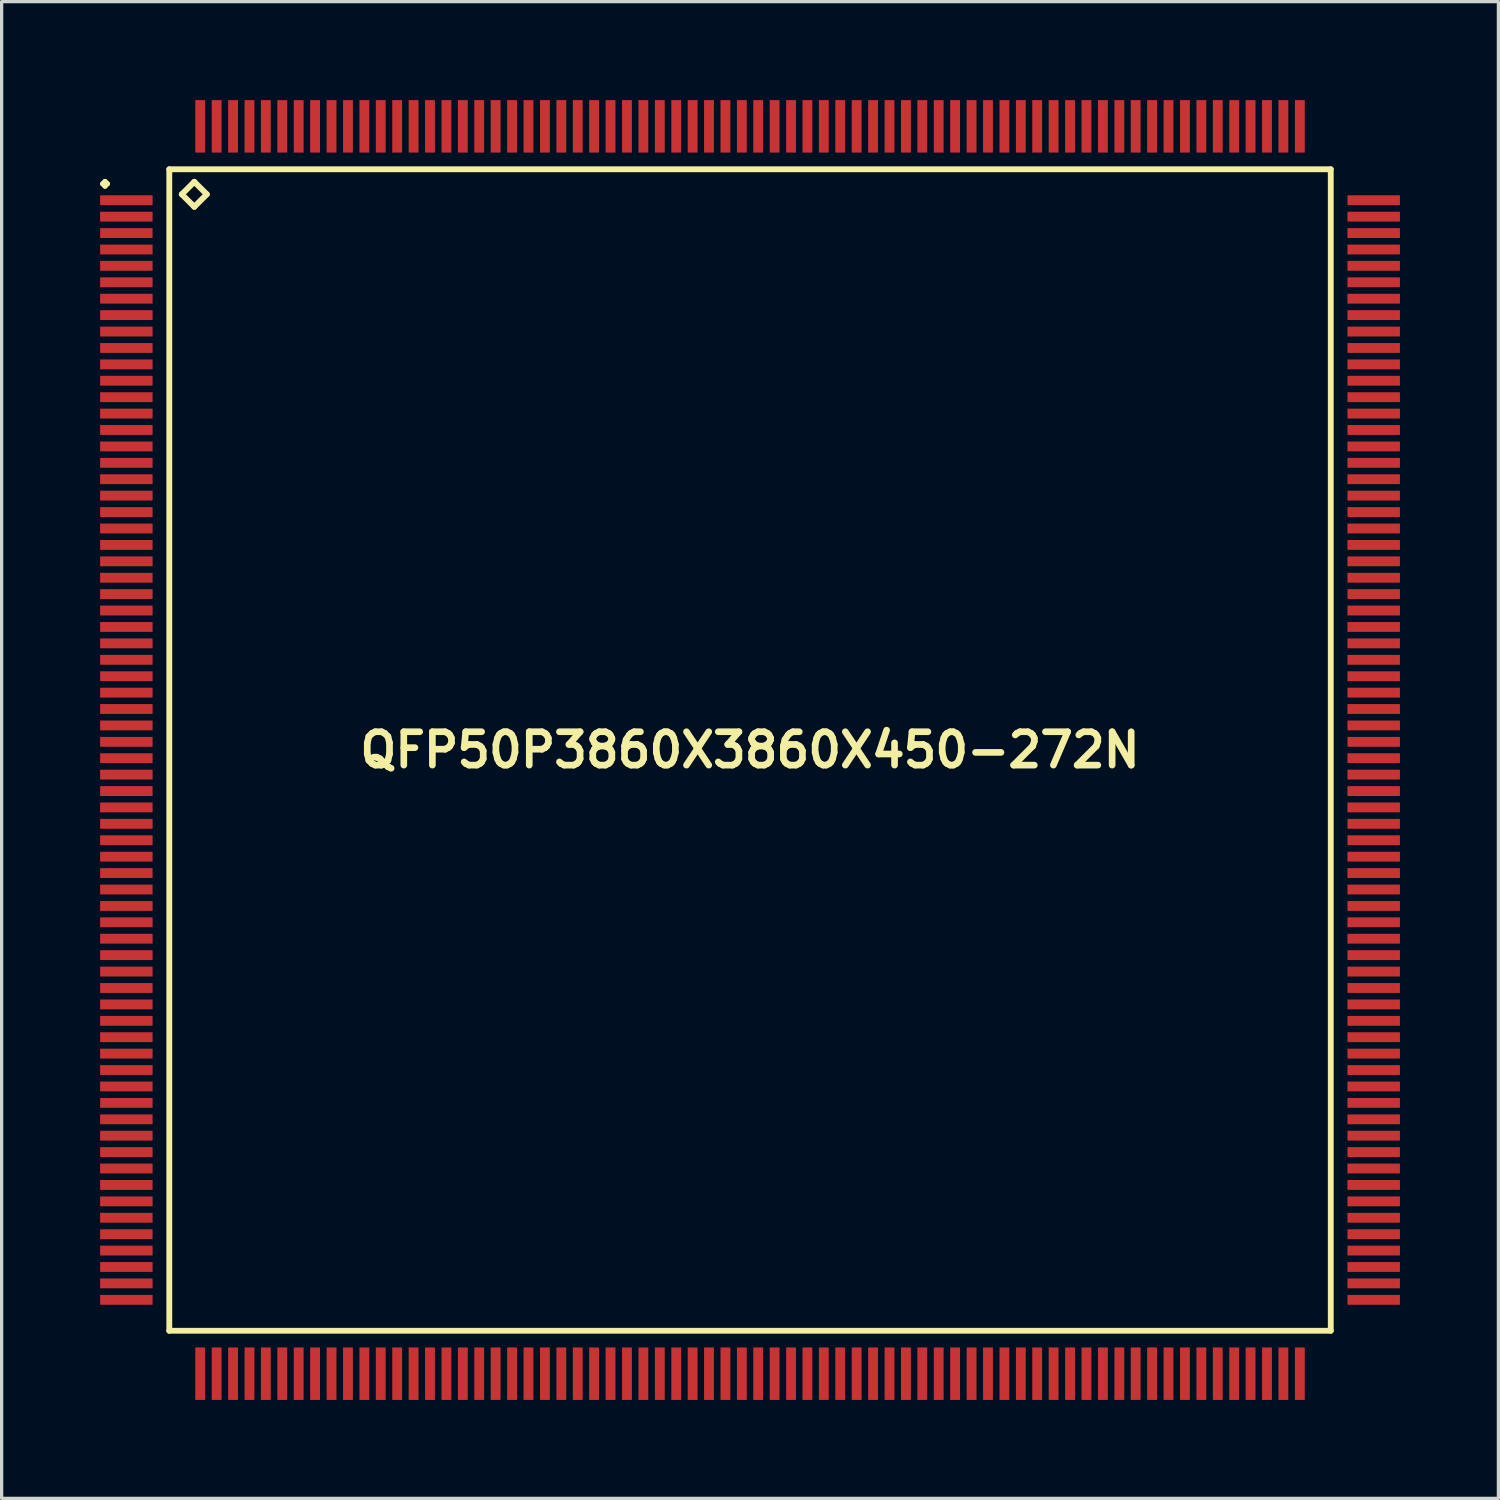
<source format=kicad_pcb>
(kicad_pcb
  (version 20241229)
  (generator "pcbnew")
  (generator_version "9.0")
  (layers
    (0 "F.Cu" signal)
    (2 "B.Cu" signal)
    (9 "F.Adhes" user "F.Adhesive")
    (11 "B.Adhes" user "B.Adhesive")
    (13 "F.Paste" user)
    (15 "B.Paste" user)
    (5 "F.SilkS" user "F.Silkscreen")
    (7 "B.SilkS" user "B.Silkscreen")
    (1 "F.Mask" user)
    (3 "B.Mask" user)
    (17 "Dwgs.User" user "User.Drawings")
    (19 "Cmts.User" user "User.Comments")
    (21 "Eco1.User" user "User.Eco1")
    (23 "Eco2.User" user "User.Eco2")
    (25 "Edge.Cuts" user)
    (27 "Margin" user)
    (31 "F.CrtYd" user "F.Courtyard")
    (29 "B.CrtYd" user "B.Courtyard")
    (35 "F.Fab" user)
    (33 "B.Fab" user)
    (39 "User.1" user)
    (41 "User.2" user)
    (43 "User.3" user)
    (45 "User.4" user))
  (footprint "QFP50P3860X3860X450-272N"
    (layer "F.Cu")
    (at 19.798 19.798)
    (property "Reference" "QFP50P3860X3860X450-272N" (at 0 0 0) (layer "F.SilkS") (effects (font (size 1.016 1.016) (thickness 0.203))))
    (attr smd)
    (fp_line (start -19.723 -17.249) (end -19.649 -17.323) (stroke (width 0.15) (type solid)) (layer "F.SilkS"))
    (fp_line (start -19.649 -17.323) (end -19.573 -17.249) (stroke (width 0.15) (type solid)) (layer "F.SilkS"))
    (fp_line (start -19.649 -17.173) (end -19.723 -17.249) (stroke (width 0.15) (type solid)) (layer "F.SilkS"))
    (fp_line (start -19.573 -17.249) (end -19.649 -17.173) (stroke (width 0.15) (type solid)) (layer "F.SilkS"))
    (fp_line (start -17.691 -17.691) (end -17.691 17.691) (stroke (width 0.178) (type solid)) (layer "F.SilkS"))
    (fp_line (start -17.691 17.691) (end 17.691 17.691) (stroke (width 0.178) (type solid)) (layer "F.SilkS"))
    (fp_line (start -17.31 -16.929) (end -16.929 -17.31) (stroke (width 0.178) (type solid)) (layer "F.SilkS"))
    (fp_line (start -16.929 -17.31) (end -16.548 -16.929) (stroke (width 0.178) (type solid)) (layer "F.SilkS"))
    (fp_line (start -16.929 -16.548) (end -17.31 -16.929) (stroke (width 0.178) (type solid)) (layer "F.SilkS"))
    (fp_line (start -16.548 -16.929) (end -16.929 -16.548) (stroke (width 0.178) (type solid)) (layer "F.SilkS"))
    (fp_line (start 17.691 -17.691) (end -17.691 -17.691) (stroke (width 0.178) (type solid)) (layer "F.SilkS"))
    (fp_line (start 17.691 17.691) (end 17.691 -17.691) (stroke (width 0.178) (type solid)) (layer "F.SilkS"))
    (pad "1" smd rect (at -18.999 -16.749) (size 1.598 0.3) (layers "F.Cu" "F.Mask" "F.Paste"))
    (pad "2" smd rect (at -18.999 -16.248) (size 1.598 0.3) (layers "F.Cu" "F.Mask" "F.Paste"))
    (pad "3" smd rect (at -18.999 -15.748) (size 1.598 0.3) (layers "F.Cu" "F.Mask" "F.Paste"))
    (pad "4" smd rect (at -18.999 -15.248) (size 1.598 0.3) (layers "F.Cu" "F.Mask" "F.Paste"))
    (pad "5" smd rect (at -18.999 -14.75) (size 1.598 0.3) (layers "F.Cu" "F.Mask" "F.Paste"))
    (pad "6" smd rect (at -18.999 -14.249) (size 1.598 0.3) (layers "F.Cu" "F.Mask" "F.Paste"))
    (pad "7" smd rect (at -18.999 -13.749) (size 1.598 0.3) (layers "F.Cu" "F.Mask" "F.Paste"))
    (pad "8" smd rect (at -18.999 -13.249) (size 1.598 0.3) (layers "F.Cu" "F.Mask" "F.Paste"))
    (pad "9" smd rect (at -18.999 -12.748) (size 1.598 0.3) (layers "F.Cu" "F.Mask" "F.Paste"))
    (pad "10" smd rect (at -18.999 -12.248) (size 1.598 0.3) (layers "F.Cu" "F.Mask" "F.Paste"))
    (pad "11" smd rect (at -18.999 -11.748) (size 1.598 0.3) (layers "F.Cu" "F.Mask" "F.Paste"))
    (pad "12" smd rect (at -18.999 -11.25) (size 1.598 0.3) (layers "F.Cu" "F.Mask" "F.Paste"))
    (pad "13" smd rect (at -18.999 -10.749) (size 1.598 0.3) (layers "F.Cu" "F.Mask" "F.Paste"))
    (pad "14" smd rect (at -18.999 -10.249) (size 1.598 0.3) (layers "F.Cu" "F.Mask" "F.Paste"))
    (pad "15" smd rect (at -18.999 -9.749) (size 1.598 0.3) (layers "F.Cu" "F.Mask" "F.Paste"))
    (pad "16" smd rect (at -18.999 -9.248) (size 1.598 0.3) (layers "F.Cu" "F.Mask" "F.Paste"))
    (pad "17" smd rect (at -18.999 -8.748) (size 1.598 0.3) (layers "F.Cu" "F.Mask" "F.Paste"))
    (pad "18" smd rect (at -18.999 -8.25) (size 1.598 0.3) (layers "F.Cu" "F.Mask" "F.Paste"))
    (pad "19" smd rect (at -18.999 -7.75) (size 1.598 0.3) (layers "F.Cu" "F.Mask" "F.Paste"))
    (pad "20" smd rect (at -18.999 -7.249) (size 1.598 0.3) (layers "F.Cu" "F.Mask" "F.Paste"))
    (pad "21" smd rect (at -18.999 -6.749) (size 1.598 0.3) (layers "F.Cu" "F.Mask" "F.Paste"))
    (pad "22" smd rect (at -18.999 -6.248) (size 1.598 0.3) (layers "F.Cu" "F.Mask" "F.Paste"))
    (pad "23" smd rect (at -18.999 -5.748) (size 1.598 0.3) (layers "F.Cu" "F.Mask" "F.Paste"))
    (pad "24" smd rect (at -18.999 -5.248) (size 1.598 0.3) (layers "F.Cu" "F.Mask" "F.Paste"))
    (pad "25" smd rect (at -18.999 -4.75) (size 1.598 0.3) (layers "F.Cu" "F.Mask" "F.Paste"))
    (pad "26" smd rect (at -18.999 -4.249) (size 1.598 0.3) (layers "F.Cu" "F.Mask" "F.Paste"))
    (pad "27" smd rect (at -18.999 -3.749) (size 1.598 0.3) (layers "F.Cu" "F.Mask" "F.Paste"))
    (pad "28" smd rect (at -18.999 -3.249) (size 1.598 0.3) (layers "F.Cu" "F.Mask" "F.Paste"))
    (pad "29" smd rect (at -18.999 -2.748) (size 1.598 0.3) (layers "F.Cu" "F.Mask" "F.Paste"))
    (pad "30" smd rect (at -18.999 -2.248) (size 1.598 0.3) (layers "F.Cu" "F.Mask" "F.Paste"))
    (pad "31" smd rect (at -18.999 -1.748) (size 1.598 0.3) (layers "F.Cu" "F.Mask" "F.Paste"))
    (pad "32" smd rect (at -18.999 -1.25) (size 1.598 0.3) (layers "F.Cu" "F.Mask" "F.Paste"))
    (pad "33" smd rect (at -18.999 -0.749) (size 1.598 0.3) (layers "F.Cu" "F.Mask" "F.Paste"))
    (pad "34" smd rect (at -18.999 -0.249) (size 1.598 0.3) (layers "F.Cu" "F.Mask" "F.Paste"))
    (pad "35" smd rect (at -18.999 0.249) (size 1.598 0.3) (layers "F.Cu" "F.Mask" "F.Paste"))
    (pad "36" smd rect (at -18.999 0.749) (size 1.598 0.3) (layers "F.Cu" "F.Mask" "F.Paste"))
    (pad "37" smd rect (at -18.999 1.25) (size 1.598 0.3) (layers "F.Cu" "F.Mask" "F.Paste"))
    (pad "38" smd rect (at -18.999 1.748) (size 1.598 0.3) (layers "F.Cu" "F.Mask" "F.Paste"))
    (pad "39" smd rect (at -18.999 2.248) (size 1.598 0.3) (layers "F.Cu" "F.Mask" "F.Paste"))
    (pad "40" smd rect (at -18.999 2.748) (size 1.598 0.3) (layers "F.Cu" "F.Mask" "F.Paste"))
    (pad "41" smd rect (at -18.999 3.249) (size 1.598 0.3) (layers "F.Cu" "F.Mask" "F.Paste"))
    (pad "42" smd rect (at -18.999 3.749) (size 1.598 0.3) (layers "F.Cu" "F.Mask" "F.Paste"))
    (pad "43" smd rect (at -18.999 4.249) (size 1.598 0.3) (layers "F.Cu" "F.Mask" "F.Paste"))
    (pad "44" smd rect (at -18.999 4.75) (size 1.598 0.3) (layers "F.Cu" "F.Mask" "F.Paste"))
    (pad "45" smd rect (at -18.999 5.248) (size 1.598 0.3) (layers "F.Cu" "F.Mask" "F.Paste"))
    (pad "46" smd rect (at -18.999 5.748) (size 1.598 0.3) (layers "F.Cu" "F.Mask" "F.Paste"))
    (pad "47" smd rect (at -18.999 6.248) (size 1.598 0.3) (layers "F.Cu" "F.Mask" "F.Paste"))
    (pad "48" smd rect (at -18.999 6.749) (size 1.598 0.3) (layers "F.Cu" "F.Mask" "F.Paste"))
    (pad "49" smd rect (at -18.999 7.249) (size 1.598 0.3) (layers "F.Cu" "F.Mask" "F.Paste"))
    (pad "50" smd rect (at -18.999 7.75) (size 1.598 0.3) (layers "F.Cu" "F.Mask" "F.Paste"))
    (pad "51" smd rect (at -18.999 8.25) (size 1.598 0.3) (layers "F.Cu" "F.Mask" "F.Paste"))
    (pad "52" smd rect (at -18.999 8.748) (size 1.598 0.3) (layers "F.Cu" "F.Mask" "F.Paste"))
    (pad "53" smd rect (at -18.999 9.248) (size 1.598 0.3) (layers "F.Cu" "F.Mask" "F.Paste"))
    (pad "54" smd rect (at -18.999 9.749) (size 1.598 0.3) (layers "F.Cu" "F.Mask" "F.Paste"))
    (pad "55" smd rect (at -18.999 10.249) (size 1.598 0.3) (layers "F.Cu" "F.Mask" "F.Paste"))
    (pad "56" smd rect (at -18.999 10.749) (size 1.598 0.3) (layers "F.Cu" "F.Mask" "F.Paste"))
    (pad "57" smd rect (at -18.999 11.25) (size 1.598 0.3) (layers "F.Cu" "F.Mask" "F.Paste"))
    (pad "58" smd rect (at -18.999 11.748) (size 1.598 0.3) (layers "F.Cu" "F.Mask" "F.Paste"))
    (pad "59" smd rect (at -18.999 12.248) (size 1.598 0.3) (layers "F.Cu" "F.Mask" "F.Paste"))
    (pad "60" smd rect (at -18.999 12.748) (size 1.598 0.3) (layers "F.Cu" "F.Mask" "F.Paste"))
    (pad "61" smd rect (at -18.999 13.249) (size 1.598 0.3) (layers "F.Cu" "F.Mask" "F.Paste"))
    (pad "62" smd rect (at -18.999 13.749) (size 1.598 0.3) (layers "F.Cu" "F.Mask" "F.Paste"))
    (pad "63" smd rect (at -18.999 14.249) (size 1.598 0.3) (layers "F.Cu" "F.Mask" "F.Paste"))
    (pad "64" smd rect (at -18.999 14.75) (size 1.598 0.3) (layers "F.Cu" "F.Mask" "F.Paste"))
    (pad "65" smd rect (at -18.999 15.248) (size 1.598 0.3) (layers "F.Cu" "F.Mask" "F.Paste"))
    (pad "66" smd rect (at -18.999 15.748) (size 1.598 0.3) (layers "F.Cu" "F.Mask" "F.Paste"))
    (pad "67" smd rect (at -18.999 16.248) (size 1.598 0.3) (layers "F.Cu" "F.Mask" "F.Paste"))
    (pad "68" smd rect (at -18.999 16.749) (size 1.598 0.3) (layers "F.Cu" "F.Mask" "F.Paste"))
    (pad "69" smd rect (at -16.749 18.999) (size 0.3 1.598) (layers "F.Cu" "F.Mask" "F.Paste"))
    (pad "70" smd rect (at -16.248 18.999) (size 0.3 1.598) (layers "F.Cu" "F.Mask" "F.Paste"))
    (pad "71" smd rect (at -15.748 18.999) (size 0.3 1.598) (layers "F.Cu" "F.Mask" "F.Paste"))
    (pad "72" smd rect (at -15.248 18.999) (size 0.3 1.598) (layers "F.Cu" "F.Mask" "F.Paste"))
    (pad "73" smd rect (at -14.75 18.999) (size 0.3 1.598) (layers "F.Cu" "F.Mask" "F.Paste"))
    (pad "74" smd rect (at -14.249 18.999) (size 0.3 1.598) (layers "F.Cu" "F.Mask" "F.Paste"))
    (pad "75" smd rect (at -13.749 18.999) (size 0.3 1.598) (layers "F.Cu" "F.Mask" "F.Paste"))
    (pad "76" smd rect (at -13.249 18.999) (size 0.3 1.598) (layers "F.Cu" "F.Mask" "F.Paste"))
    (pad "77" smd rect (at -12.748 18.999) (size 0.3 1.598) (layers "F.Cu" "F.Mask" "F.Paste"))
    (pad "78" smd rect (at -12.248 18.999) (size 0.3 1.598) (layers "F.Cu" "F.Mask" "F.Paste"))
    (pad "79" smd rect (at -11.748 18.999) (size 0.3 1.598) (layers "F.Cu" "F.Mask" "F.Paste"))
    (pad "80" smd rect (at -11.25 18.999) (size 0.3 1.598) (layers "F.Cu" "F.Mask" "F.Paste"))
    (pad "81" smd rect (at -10.749 18.999) (size 0.3 1.598) (layers "F.Cu" "F.Mask" "F.Paste"))
    (pad "82" smd rect (at -10.249 18.999) (size 0.3 1.598) (layers "F.Cu" "F.Mask" "F.Paste"))
    (pad "83" smd rect (at -9.749 18.999) (size 0.3 1.598) (layers "F.Cu" "F.Mask" "F.Paste"))
    (pad "84" smd rect (at -9.248 18.999) (size 0.3 1.598) (layers "F.Cu" "F.Mask" "F.Paste"))
    (pad "85" smd rect (at -8.748 18.999) (size 0.3 1.598) (layers "F.Cu" "F.Mask" "F.Paste"))
    (pad "86" smd rect (at -8.25 18.999) (size 0.3 1.598) (layers "F.Cu" "F.Mask" "F.Paste"))
    (pad "87" smd rect (at -7.75 18.999) (size 0.3 1.598) (layers "F.Cu" "F.Mask" "F.Paste"))
    (pad "88" smd rect (at -7.249 18.999) (size 0.3 1.598) (layers "F.Cu" "F.Mask" "F.Paste"))
    (pad "89" smd rect (at -6.749 18.999) (size 0.3 1.598) (layers "F.Cu" "F.Mask" "F.Paste"))
    (pad "90" smd rect (at -6.248 18.999) (size 0.3 1.598) (layers "F.Cu" "F.Mask" "F.Paste"))
    (pad "91" smd rect (at -5.748 18.999) (size 0.3 1.598) (layers "F.Cu" "F.Mask" "F.Paste"))
    (pad "92" smd rect (at -5.248 18.999) (size 0.3 1.598) (layers "F.Cu" "F.Mask" "F.Paste"))
    (pad "93" smd rect (at -4.75 18.999) (size 0.3 1.598) (layers "F.Cu" "F.Mask" "F.Paste"))
    (pad "94" smd rect (at -4.249 18.999) (size 0.3 1.598) (layers "F.Cu" "F.Mask" "F.Paste"))
    (pad "95" smd rect (at -3.749 18.999) (size 0.3 1.598) (layers "F.Cu" "F.Mask" "F.Paste"))
    (pad "96" smd rect (at -3.249 18.999) (size 0.3 1.598) (layers "F.Cu" "F.Mask" "F.Paste"))
    (pad "97" smd rect (at -2.748 18.999) (size 0.3 1.598) (layers "F.Cu" "F.Mask" "F.Paste"))
    (pad "98" smd rect (at -2.248 18.999) (size 0.3 1.598) (layers "F.Cu" "F.Mask" "F.Paste"))
    (pad "99" smd rect (at -1.748 18.999) (size 0.3 1.598) (layers "F.Cu" "F.Mask" "F.Paste"))
    (pad "100" smd rect (at -1.25 18.999) (size 0.3 1.598) (layers "F.Cu" "F.Mask" "F.Paste"))
    (pad "101" smd rect (at -0.749 18.999) (size 0.3 1.598) (layers "F.Cu" "F.Mask" "F.Paste"))
    (pad "102" smd rect (at -0.249 18.999) (size 0.3 1.598) (layers "F.Cu" "F.Mask" "F.Paste"))
    (pad "103" smd rect (at 0.249 18.999) (size 0.3 1.598) (layers "F.Cu" "F.Mask" "F.Paste"))
    (pad "104" smd rect (at 0.749 18.999) (size 0.3 1.598) (layers "F.Cu" "F.Mask" "F.Paste"))
    (pad "105" smd rect (at 1.25 18.999) (size 0.3 1.598) (layers "F.Cu" "F.Mask" "F.Paste"))
    (pad "106" smd rect (at 1.748 18.999) (size 0.3 1.598) (layers "F.Cu" "F.Mask" "F.Paste"))
    (pad "107" smd rect (at 2.248 18.999) (size 0.3 1.598) (layers "F.Cu" "F.Mask" "F.Paste"))
    (pad "108" smd rect (at 2.748 18.999) (size 0.3 1.598) (layers "F.Cu" "F.Mask" "F.Paste"))
    (pad "109" smd rect (at 3.249 18.999) (size 0.3 1.598) (layers "F.Cu" "F.Mask" "F.Paste"))
    (pad "110" smd rect (at 3.749 18.999) (size 0.3 1.598) (layers "F.Cu" "F.Mask" "F.Paste"))
    (pad "111" smd rect (at 4.249 18.999) (size 0.3 1.598) (layers "F.Cu" "F.Mask" "F.Paste"))
    (pad "112" smd rect (at 4.75 18.999) (size 0.3 1.598) (layers "F.Cu" "F.Mask" "F.Paste"))
    (pad "113" smd rect (at 5.248 18.999) (size 0.3 1.598) (layers "F.Cu" "F.Mask" "F.Paste"))
    (pad "114" smd rect (at 5.748 18.999) (size 0.3 1.598) (layers "F.Cu" "F.Mask" "F.Paste"))
    (pad "115" smd rect (at 6.248 18.999) (size 0.3 1.598) (layers "F.Cu" "F.Mask" "F.Paste"))
    (pad "116" smd rect (at 6.749 18.999) (size 0.3 1.598) (layers "F.Cu" "F.Mask" "F.Paste"))
    (pad "117" smd rect (at 7.249 18.999) (size 0.3 1.598) (layers "F.Cu" "F.Mask" "F.Paste"))
    (pad "118" smd rect (at 7.75 18.999) (size 0.3 1.598) (layers "F.Cu" "F.Mask" "F.Paste"))
    (pad "119" smd rect (at 8.25 18.999) (size 0.3 1.598) (layers "F.Cu" "F.Mask" "F.Paste"))
    (pad "120" smd rect (at 8.748 18.999) (size 0.3 1.598) (layers "F.Cu" "F.Mask" "F.Paste"))
    (pad "121" smd rect (at 9.248 18.999) (size 0.3 1.598) (layers "F.Cu" "F.Mask" "F.Paste"))
    (pad "122" smd rect (at 9.749 18.999) (size 0.3 1.598) (layers "F.Cu" "F.Mask" "F.Paste"))
    (pad "123" smd rect (at 10.249 18.999) (size 0.3 1.598) (layers "F.Cu" "F.Mask" "F.Paste"))
    (pad "124" smd rect (at 10.749 18.999) (size 0.3 1.598) (layers "F.Cu" "F.Mask" "F.Paste"))
    (pad "125" smd rect (at 11.25 18.999) (size 0.3 1.598) (layers "F.Cu" "F.Mask" "F.Paste"))
    (pad "126" smd rect (at 11.748 18.999) (size 0.3 1.598) (layers "F.Cu" "F.Mask" "F.Paste"))
    (pad "127" smd rect (at 12.248 18.999) (size 0.3 1.598) (layers "F.Cu" "F.Mask" "F.Paste"))
    (pad "128" smd rect (at 12.748 18.999) (size 0.3 1.598) (layers "F.Cu" "F.Mask" "F.Paste"))
    (pad "129" smd rect (at 13.249 18.999) (size 0.3 1.598) (layers "F.Cu" "F.Mask" "F.Paste"))
    (pad "130" smd rect (at 13.749 18.999) (size 0.3 1.598) (layers "F.Cu" "F.Mask" "F.Paste"))
    (pad "131" smd rect (at 14.249 18.999) (size 0.3 1.598) (layers "F.Cu" "F.Mask" "F.Paste"))
    (pad "132" smd rect (at 14.75 18.999) (size 0.3 1.598) (layers "F.Cu" "F.Mask" "F.Paste"))
    (pad "133" smd rect (at 15.248 18.999) (size 0.3 1.598) (layers "F.Cu" "F.Mask" "F.Paste"))
    (pad "134" smd rect (at 15.748 18.999) (size 0.3 1.598) (layers "F.Cu" "F.Mask" "F.Paste"))
    (pad "135" smd rect (at 16.248 18.999) (size 0.3 1.598) (layers "F.Cu" "F.Mask" "F.Paste"))
    (pad "136" smd rect (at 16.749 18.999) (size 0.3 1.598) (layers "F.Cu" "F.Mask" "F.Paste"))
    (pad "137" smd rect (at 18.999 16.749) (size 1.598 0.3) (layers "F.Cu" "F.Mask" "F.Paste"))
    (pad "138" smd rect (at 18.999 16.248) (size 1.598 0.3) (layers "F.Cu" "F.Mask" "F.Paste"))
    (pad "139" smd rect (at 18.999 15.748) (size 1.598 0.3) (layers "F.Cu" "F.Mask" "F.Paste"))
    (pad "140" smd rect (at 18.999 15.248) (size 1.598 0.3) (layers "F.Cu" "F.Mask" "F.Paste"))
    (pad "141" smd rect (at 18.999 14.75) (size 1.598 0.3) (layers "F.Cu" "F.Mask" "F.Paste"))
    (pad "142" smd rect (at 18.999 14.249) (size 1.598 0.3) (layers "F.Cu" "F.Mask" "F.Paste"))
    (pad "143" smd rect (at 18.999 13.749) (size 1.598 0.3) (layers "F.Cu" "F.Mask" "F.Paste"))
    (pad "144" smd rect (at 18.999 13.249) (size 1.598 0.3) (layers "F.Cu" "F.Mask" "F.Paste"))
    (pad "145" smd rect (at 18.999 12.748) (size 1.598 0.3) (layers "F.Cu" "F.Mask" "F.Paste"))
    (pad "146" smd rect (at 18.999 12.248) (size 1.598 0.3) (layers "F.Cu" "F.Mask" "F.Paste"))
    (pad "147" smd rect (at 18.999 11.748) (size 1.598 0.3) (layers "F.Cu" "F.Mask" "F.Paste"))
    (pad "148" smd rect (at 18.999 11.25) (size 1.598 0.3) (layers "F.Cu" "F.Mask" "F.Paste"))
    (pad "149" smd rect (at 18.999 10.749) (size 1.598 0.3) (layers "F.Cu" "F.Mask" "F.Paste"))
    (pad "150" smd rect (at 18.999 10.249) (size 1.598 0.3) (layers "F.Cu" "F.Mask" "F.Paste"))
    (pad "151" smd rect (at 18.999 9.749) (size 1.598 0.3) (layers "F.Cu" "F.Mask" "F.Paste"))
    (pad "152" smd rect (at 18.999 9.248) (size 1.598 0.3) (layers "F.Cu" "F.Mask" "F.Paste"))
    (pad "153" smd rect (at 18.999 8.748) (size 1.598 0.3) (layers "F.Cu" "F.Mask" "F.Paste"))
    (pad "154" smd rect (at 18.999 8.25) (size 1.598 0.3) (layers "F.Cu" "F.Mask" "F.Paste"))
    (pad "155" smd rect (at 18.999 7.75) (size 1.598 0.3) (layers "F.Cu" "F.Mask" "F.Paste"))
    (pad "156" smd rect (at 18.999 7.249) (size 1.598 0.3) (layers "F.Cu" "F.Mask" "F.Paste"))
    (pad "157" smd rect (at 18.999 6.749) (size 1.598 0.3) (layers "F.Cu" "F.Mask" "F.Paste"))
    (pad "158" smd rect (at 18.999 6.248) (size 1.598 0.3) (layers "F.Cu" "F.Mask" "F.Paste"))
    (pad "159" smd rect (at 18.999 5.748) (size 1.598 0.3) (layers "F.Cu" "F.Mask" "F.Paste"))
    (pad "160" smd rect (at 18.999 5.248) (size 1.598 0.3) (layers "F.Cu" "F.Mask" "F.Paste"))
    (pad "161" smd rect (at 18.999 4.75) (size 1.598 0.3) (layers "F.Cu" "F.Mask" "F.Paste"))
    (pad "162" smd rect (at 18.999 4.249) (size 1.598 0.3) (layers "F.Cu" "F.Mask" "F.Paste"))
    (pad "163" smd rect (at 18.999 3.749) (size 1.598 0.3) (layers "F.Cu" "F.Mask" "F.Paste"))
    (pad "164" smd rect (at 18.999 3.249) (size 1.598 0.3) (layers "F.Cu" "F.Mask" "F.Paste"))
    (pad "165" smd rect (at 18.999 2.748) (size 1.598 0.3) (layers "F.Cu" "F.Mask" "F.Paste"))
    (pad "166" smd rect (at 18.999 2.248) (size 1.598 0.3) (layers "F.Cu" "F.Mask" "F.Paste"))
    (pad "167" smd rect (at 18.999 1.748) (size 1.598 0.3) (layers "F.Cu" "F.Mask" "F.Paste"))
    (pad "168" smd rect (at 18.999 1.25) (size 1.598 0.3) (layers "F.Cu" "F.Mask" "F.Paste"))
    (pad "169" smd rect (at 18.999 0.749) (size 1.598 0.3) (layers "F.Cu" "F.Mask" "F.Paste"))
    (pad "170" smd rect (at 18.999 0.249) (size 1.598 0.3) (layers "F.Cu" "F.Mask" "F.Paste"))
    (pad "171" smd rect (at 18.999 -0.249) (size 1.598 0.3) (layers "F.Cu" "F.Mask" "F.Paste"))
    (pad "172" smd rect (at 18.999 -0.749) (size 1.598 0.3) (layers "F.Cu" "F.Mask" "F.Paste"))
    (pad "173" smd rect (at 18.999 -1.25) (size 1.598 0.3) (layers "F.Cu" "F.Mask" "F.Paste"))
    (pad "174" smd rect (at 18.999 -1.748) (size 1.598 0.3) (layers "F.Cu" "F.Mask" "F.Paste"))
    (pad "175" smd rect (at 18.999 -2.248) (size 1.598 0.3) (layers "F.Cu" "F.Mask" "F.Paste"))
    (pad "176" smd rect (at 18.999 -2.748) (size 1.598 0.3) (layers "F.Cu" "F.Mask" "F.Paste"))
    (pad "177" smd rect (at 18.999 -3.249) (size 1.598 0.3) (layers "F.Cu" "F.Mask" "F.Paste"))
    (pad "178" smd rect (at 18.999 -3.749) (size 1.598 0.3) (layers "F.Cu" "F.Mask" "F.Paste"))
    (pad "179" smd rect (at 18.999 -4.249) (size 1.598 0.3) (layers "F.Cu" "F.Mask" "F.Paste"))
    (pad "180" smd rect (at 18.999 -4.75) (size 1.598 0.3) (layers "F.Cu" "F.Mask" "F.Paste"))
    (pad "181" smd rect (at 18.999 -5.248) (size 1.598 0.3) (layers "F.Cu" "F.Mask" "F.Paste"))
    (pad "182" smd rect (at 18.999 -5.748) (size 1.598 0.3) (layers "F.Cu" "F.Mask" "F.Paste"))
    (pad "183" smd rect (at 18.999 -6.248) (size 1.598 0.3) (layers "F.Cu" "F.Mask" "F.Paste"))
    (pad "184" smd rect (at 18.999 -6.749) (size 1.598 0.3) (layers "F.Cu" "F.Mask" "F.Paste"))
    (pad "185" smd rect (at 18.999 -7.249) (size 1.598 0.3) (layers "F.Cu" "F.Mask" "F.Paste"))
    (pad "186" smd rect (at 18.999 -7.75) (size 1.598 0.3) (layers "F.Cu" "F.Mask" "F.Paste"))
    (pad "187" smd rect (at 18.999 -8.25) (size 1.598 0.3) (layers "F.Cu" "F.Mask" "F.Paste"))
    (pad "188" smd rect (at 18.999 -8.748) (size 1.598 0.3) (layers "F.Cu" "F.Mask" "F.Paste"))
    (pad "189" smd rect (at 18.999 -9.248) (size 1.598 0.3) (layers "F.Cu" "F.Mask" "F.Paste"))
    (pad "190" smd rect (at 18.999 -9.749) (size 1.598 0.3) (layers "F.Cu" "F.Mask" "F.Paste"))
    (pad "191" smd rect (at 18.999 -10.249) (size 1.598 0.3) (layers "F.Cu" "F.Mask" "F.Paste"))
    (pad "192" smd rect (at 18.999 -10.749) (size 1.598 0.3) (layers "F.Cu" "F.Mask" "F.Paste"))
    (pad "193" smd rect (at 18.999 -11.25) (size 1.598 0.3) (layers "F.Cu" "F.Mask" "F.Paste"))
    (pad "194" smd rect (at 18.999 -11.748) (size 1.598 0.3) (layers "F.Cu" "F.Mask" "F.Paste"))
    (pad "195" smd rect (at 18.999 -12.248) (size 1.598 0.3) (layers "F.Cu" "F.Mask" "F.Paste"))
    (pad "196" smd rect (at 18.999 -12.748) (size 1.598 0.3) (layers "F.Cu" "F.Mask" "F.Paste"))
    (pad "197" smd rect (at 18.999 -13.249) (size 1.598 0.3) (layers "F.Cu" "F.Mask" "F.Paste"))
    (pad "198" smd rect (at 18.999 -13.749) (size 1.598 0.3) (layers "F.Cu" "F.Mask" "F.Paste"))
    (pad "199" smd rect (at 18.999 -14.249) (size 1.598 0.3) (layers "F.Cu" "F.Mask" "F.Paste"))
    (pad "200" smd rect (at 18.999 -14.75) (size 1.598 0.3) (layers "F.Cu" "F.Mask" "F.Paste"))
    (pad "201" smd rect (at 18.999 -15.248) (size 1.598 0.3) (layers "F.Cu" "F.Mask" "F.Paste"))
    (pad "202" smd rect (at 18.999 -15.748) (size 1.598 0.3) (layers "F.Cu" "F.Mask" "F.Paste"))
    (pad "203" smd rect (at 18.999 -16.248) (size 1.598 0.3) (layers "F.Cu" "F.Mask" "F.Paste"))
    (pad "204" smd rect (at 18.999 -16.749) (size 1.598 0.3) (layers "F.Cu" "F.Mask" "F.Paste"))
    (pad "205" smd rect (at 16.749 -18.999) (size 0.3 1.598) (layers "F.Cu" "F.Mask" "F.Paste"))
    (pad "206" smd rect (at 16.248 -18.999) (size 0.3 1.598) (layers "F.Cu" "F.Mask" "F.Paste"))
    (pad "207" smd rect (at 15.748 -18.999) (size 0.3 1.598) (layers "F.Cu" "F.Mask" "F.Paste"))
    (pad "208" smd rect (at 15.248 -18.999) (size 0.3 1.598) (layers "F.Cu" "F.Mask" "F.Paste"))
    (pad "209" smd rect (at 14.75 -18.999) (size 0.3 1.598) (layers "F.Cu" "F.Mask" "F.Paste"))
    (pad "210" smd rect (at 14.249 -18.999) (size 0.3 1.598) (layers "F.Cu" "F.Mask" "F.Paste"))
    (pad "211" smd rect (at 13.749 -18.999) (size 0.3 1.598) (layers "F.Cu" "F.Mask" "F.Paste"))
    (pad "212" smd rect (at 13.249 -18.999) (size 0.3 1.598) (layers "F.Cu" "F.Mask" "F.Paste"))
    (pad "213" smd rect (at 12.748 -18.999) (size 0.3 1.598) (layers "F.Cu" "F.Mask" "F.Paste"))
    (pad "214" smd rect (at 12.248 -18.999) (size 0.3 1.598) (layers "F.Cu" "F.Mask" "F.Paste"))
    (pad "215" smd rect (at 11.748 -18.999) (size 0.3 1.598) (layers "F.Cu" "F.Mask" "F.Paste"))
    (pad "216" smd rect (at 11.25 -18.999) (size 0.3 1.598) (layers "F.Cu" "F.Mask" "F.Paste"))
    (pad "217" smd rect (at 10.749 -18.999) (size 0.3 1.598) (layers "F.Cu" "F.Mask" "F.Paste"))
    (pad "218" smd rect (at 10.249 -18.999) (size 0.3 1.598) (layers "F.Cu" "F.Mask" "F.Paste"))
    (pad "219" smd rect (at 9.749 -18.999) (size 0.3 1.598) (layers "F.Cu" "F.Mask" "F.Paste"))
    (pad "220" smd rect (at 9.248 -18.999) (size 0.3 1.598) (layers "F.Cu" "F.Mask" "F.Paste"))
    (pad "221" smd rect (at 8.748 -18.999) (size 0.3 1.598) (layers "F.Cu" "F.Mask" "F.Paste"))
    (pad "222" smd rect (at 8.25 -18.999) (size 0.3 1.598) (layers "F.Cu" "F.Mask" "F.Paste"))
    (pad "223" smd rect (at 7.75 -18.999) (size 0.3 1.598) (layers "F.Cu" "F.Mask" "F.Paste"))
    (pad "224" smd rect (at 7.249 -18.999) (size 0.3 1.598) (layers "F.Cu" "F.Mask" "F.Paste"))
    (pad "225" smd rect (at 6.749 -18.999) (size 0.3 1.598) (layers "F.Cu" "F.Mask" "F.Paste"))
    (pad "226" smd rect (at 6.248 -18.999) (size 0.3 1.598) (layers "F.Cu" "F.Mask" "F.Paste"))
    (pad "227" smd rect (at 5.748 -18.999) (size 0.3 1.598) (layers "F.Cu" "F.Mask" "F.Paste"))
    (pad "228" smd rect (at 5.248 -18.999) (size 0.3 1.598) (layers "F.Cu" "F.Mask" "F.Paste"))
    (pad "229" smd rect (at 4.75 -18.999) (size 0.3 1.598) (layers "F.Cu" "F.Mask" "F.Paste"))
    (pad "230" smd rect (at 4.249 -18.999) (size 0.3 1.598) (layers "F.Cu" "F.Mask" "F.Paste"))
    (pad "231" smd rect (at 3.749 -18.999) (size 0.3 1.598) (layers "F.Cu" "F.Mask" "F.Paste"))
    (pad "232" smd rect (at 3.249 -18.999) (size 0.3 1.598) (layers "F.Cu" "F.Mask" "F.Paste"))
    (pad "233" smd rect (at 2.748 -18.999) (size 0.3 1.598) (layers "F.Cu" "F.Mask" "F.Paste"))
    (pad "234" smd rect (at 2.248 -18.999) (size 0.3 1.598) (layers "F.Cu" "F.Mask" "F.Paste"))
    (pad "235" smd rect (at 1.748 -18.999) (size 0.3 1.598) (layers "F.Cu" "F.Mask" "F.Paste"))
    (pad "236" smd rect (at 1.25 -18.999) (size 0.3 1.598) (layers "F.Cu" "F.Mask" "F.Paste"))
    (pad "237" smd rect (at 0.749 -18.999) (size 0.3 1.598) (layers "F.Cu" "F.Mask" "F.Paste"))
    (pad "238" smd rect (at 0.249 -18.999) (size 0.3 1.598) (layers "F.Cu" "F.Mask" "F.Paste"))
    (pad "239" smd rect (at -0.249 -18.999) (size 0.3 1.598) (layers "F.Cu" "F.Mask" "F.Paste"))
    (pad "240" smd rect (at -0.749 -18.999) (size 0.3 1.598) (layers "F.Cu" "F.Mask" "F.Paste"))
    (pad "241" smd rect (at -1.25 -18.999) (size 0.3 1.598) (layers "F.Cu" "F.Mask" "F.Paste"))
    (pad "242" smd rect (at -1.748 -18.999) (size 0.3 1.598) (layers "F.Cu" "F.Mask" "F.Paste"))
    (pad "243" smd rect (at -2.248 -18.999) (size 0.3 1.598) (layers "F.Cu" "F.Mask" "F.Paste"))
    (pad "244" smd rect (at -2.748 -18.999) (size 0.3 1.598) (layers "F.Cu" "F.Mask" "F.Paste"))
    (pad "245" smd rect (at -3.249 -18.999) (size 0.3 1.598) (layers "F.Cu" "F.Mask" "F.Paste"))
    (pad "246" smd rect (at -3.749 -18.999) (size 0.3 1.598) (layers "F.Cu" "F.Mask" "F.Paste"))
    (pad "247" smd rect (at -4.249 -18.999) (size 0.3 1.598) (layers "F.Cu" "F.Mask" "F.Paste"))
    (pad "248" smd rect (at -4.75 -18.999) (size 0.3 1.598) (layers "F.Cu" "F.Mask" "F.Paste"))
    (pad "249" smd rect (at -5.248 -18.999) (size 0.3 1.598) (layers "F.Cu" "F.Mask" "F.Paste"))
    (pad "250" smd rect (at -5.748 -18.999) (size 0.3 1.598) (layers "F.Cu" "F.Mask" "F.Paste"))
    (pad "251" smd rect (at -6.248 -18.999) (size 0.3 1.598) (layers "F.Cu" "F.Mask" "F.Paste"))
    (pad "252" smd rect (at -6.749 -18.999) (size 0.3 1.598) (layers "F.Cu" "F.Mask" "F.Paste"))
    (pad "253" smd rect (at -7.249 -18.999) (size 0.3 1.598) (layers "F.Cu" "F.Mask" "F.Paste"))
    (pad "254" smd rect (at -7.75 -18.999) (size 0.3 1.598) (layers "F.Cu" "F.Mask" "F.Paste"))
    (pad "255" smd rect (at -8.25 -18.999) (size 0.3 1.598) (layers "F.Cu" "F.Mask" "F.Paste"))
    (pad "256" smd rect (at -8.748 -18.999) (size 0.3 1.598) (layers "F.Cu" "F.Mask" "F.Paste"))
    (pad "257" smd rect (at -9.248 -18.999) (size 0.3 1.598) (layers "F.Cu" "F.Mask" "F.Paste"))
    (pad "258" smd rect (at -9.749 -18.999) (size 0.3 1.598) (layers "F.Cu" "F.Mask" "F.Paste"))
    (pad "259" smd rect (at -10.249 -18.999) (size 0.3 1.598) (layers "F.Cu" "F.Mask" "F.Paste"))
    (pad "260" smd rect (at -10.749 -18.999) (size 0.3 1.598) (layers "F.Cu" "F.Mask" "F.Paste"))
    (pad "261" smd rect (at -11.25 -18.999) (size 0.3 1.598) (layers "F.Cu" "F.Mask" "F.Paste"))
    (pad "262" smd rect (at -11.748 -18.999) (size 0.3 1.598) (layers "F.Cu" "F.Mask" "F.Paste"))
    (pad "263" smd rect (at -12.248 -18.999) (size 0.3 1.598) (layers "F.Cu" "F.Mask" "F.Paste"))
    (pad "264" smd rect (at -12.748 -18.999) (size 0.3 1.598) (layers "F.Cu" "F.Mask" "F.Paste"))
    (pad "265" smd rect (at -13.249 -18.999) (size 0.3 1.598) (layers "F.Cu" "F.Mask" "F.Paste"))
    (pad "266" smd rect (at -13.749 -18.999) (size 0.3 1.598) (layers "F.Cu" "F.Mask" "F.Paste"))
    (pad "267" smd rect (at -14.249 -18.999) (size 0.3 1.598) (layers "F.Cu" "F.Mask" "F.Paste"))
    (pad "268" smd rect (at -14.75 -18.999) (size 0.3 1.598) (layers "F.Cu" "F.Mask" "F.Paste"))
    (pad "269" smd rect (at -15.248 -18.999) (size 0.3 1.598) (layers "F.Cu" "F.Mask" "F.Paste"))
    (pad "270" smd rect (at -15.748 -18.999) (size 0.3 1.598) (layers "F.Cu" "F.Mask" "F.Paste"))
    (pad "271" smd rect (at -16.248 -18.999) (size 0.3 1.598) (layers "F.Cu" "F.Mask" "F.Paste"))
    (pad "272" smd rect (at -16.749 -18.999) (size 0.3 1.598) (layers "F.Cu" "F.Mask" "F.Paste")))
  (gr_rect
    (start -3 -3)
    (end 42.596 42.596)
    (stroke (width 0.1) (type default))
    (fill no)
    (layer "Edge.Cuts")))
</source>
